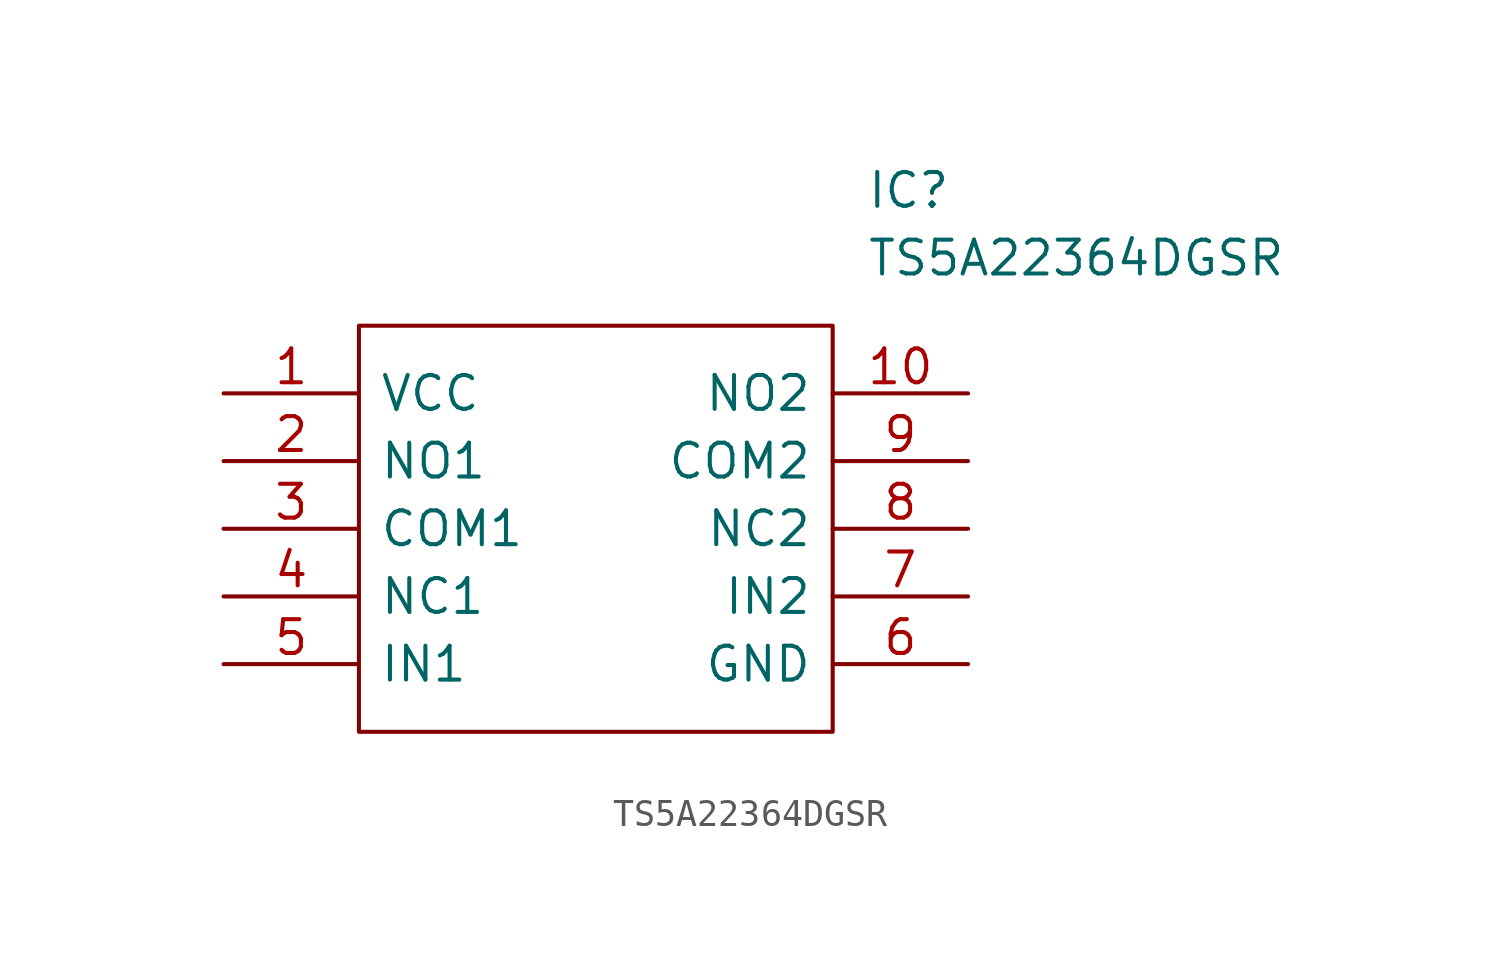
<source format=kicad_sym>
(kicad_symbol_lib
  (version 20200126)
  (host kicad_symbol_editor "(5.99.0-2440-gf1ccbee1f)")
  (symbol "mlilley:TS5A22364DGSR"
    (pin_names
      (offset 0.762))
    (property "Reference" "IC"
      (at 24.13 7.62 0)
      (effects (font (size 1.27 1.27)) (justify left)))
    (property "Value" "TS5A22364DGSR"
      (at 24.13 5.08 0)
      (effects (font (size 1.27 1.27)) (justify left)))
    (symbol "TS5A22364DGSR_0_1"
      (polyline (pts (xy 5.08 2.54) (xy 22.86 2.54) (xy 22.86 -12.7) (xy 5.08 -12.7) (xy 5.08 2.54)) (stroke (width 0.152)) (fill (type none))))
    (symbol "TS5A22364DGSR_0_0"
      (pin passive line (at 0 0 0) (length 5.08) (name "VCC" (effects (font (size 1.27 1.27)))) (number "1" (effects (font (size 1.27 1.27)))))
      (pin passive line (at 0 -2.54 0) (length 5.08) (name "NO1" (effects (font (size 1.27 1.27)))) (number "2" (effects (font (size 1.27 1.27)))))
      (pin passive line (at 0 -5.08 0) (length 5.08) (name "COM1" (effects (font (size 1.27 1.27)))) (number "3" (effects (font (size 1.27 1.27)))))
      (pin passive line (at 0 -7.62 0) (length 5.08) (name "NC1" (effects (font (size 1.27 1.27)))) (number "4" (effects (font (size 1.27 1.27)))))
      (pin passive line (at 0 -10.16 0) (length 5.08) (name "IN1" (effects (font (size 1.27 1.27)))) (number "5" (effects (font (size 1.27 1.27)))))
      (pin passive line (at 27.94 0 180) (length 5.08) (name "NO2" (effects (font (size 1.27 1.27)))) (number "10" (effects (font (size 1.27 1.27)))))
      (pin passive line (at 27.94 -2.54 180) (length 5.08) (name "COM2" (effects (font (size 1.27 1.27)))) (number "9" (effects (font (size 1.27 1.27)))))
      (pin passive line (at 27.94 -5.08 180) (length 5.08) (name "NC2" (effects (font (size 1.27 1.27)))) (number "8" (effects (font (size 1.27 1.27)))))
      (pin passive line (at 27.94 -7.62 180) (length 5.08) (name "IN2" (effects (font (size 1.27 1.27)))) (number "7" (effects (font (size 1.27 1.27)))))
      (pin passive line (at 27.94 -10.16 180) (length 5.08) (name "GND" (effects (font (size 1.27 1.27)))) (number "6" (effects (font (size 1.27 1.27))))))))
</source>
